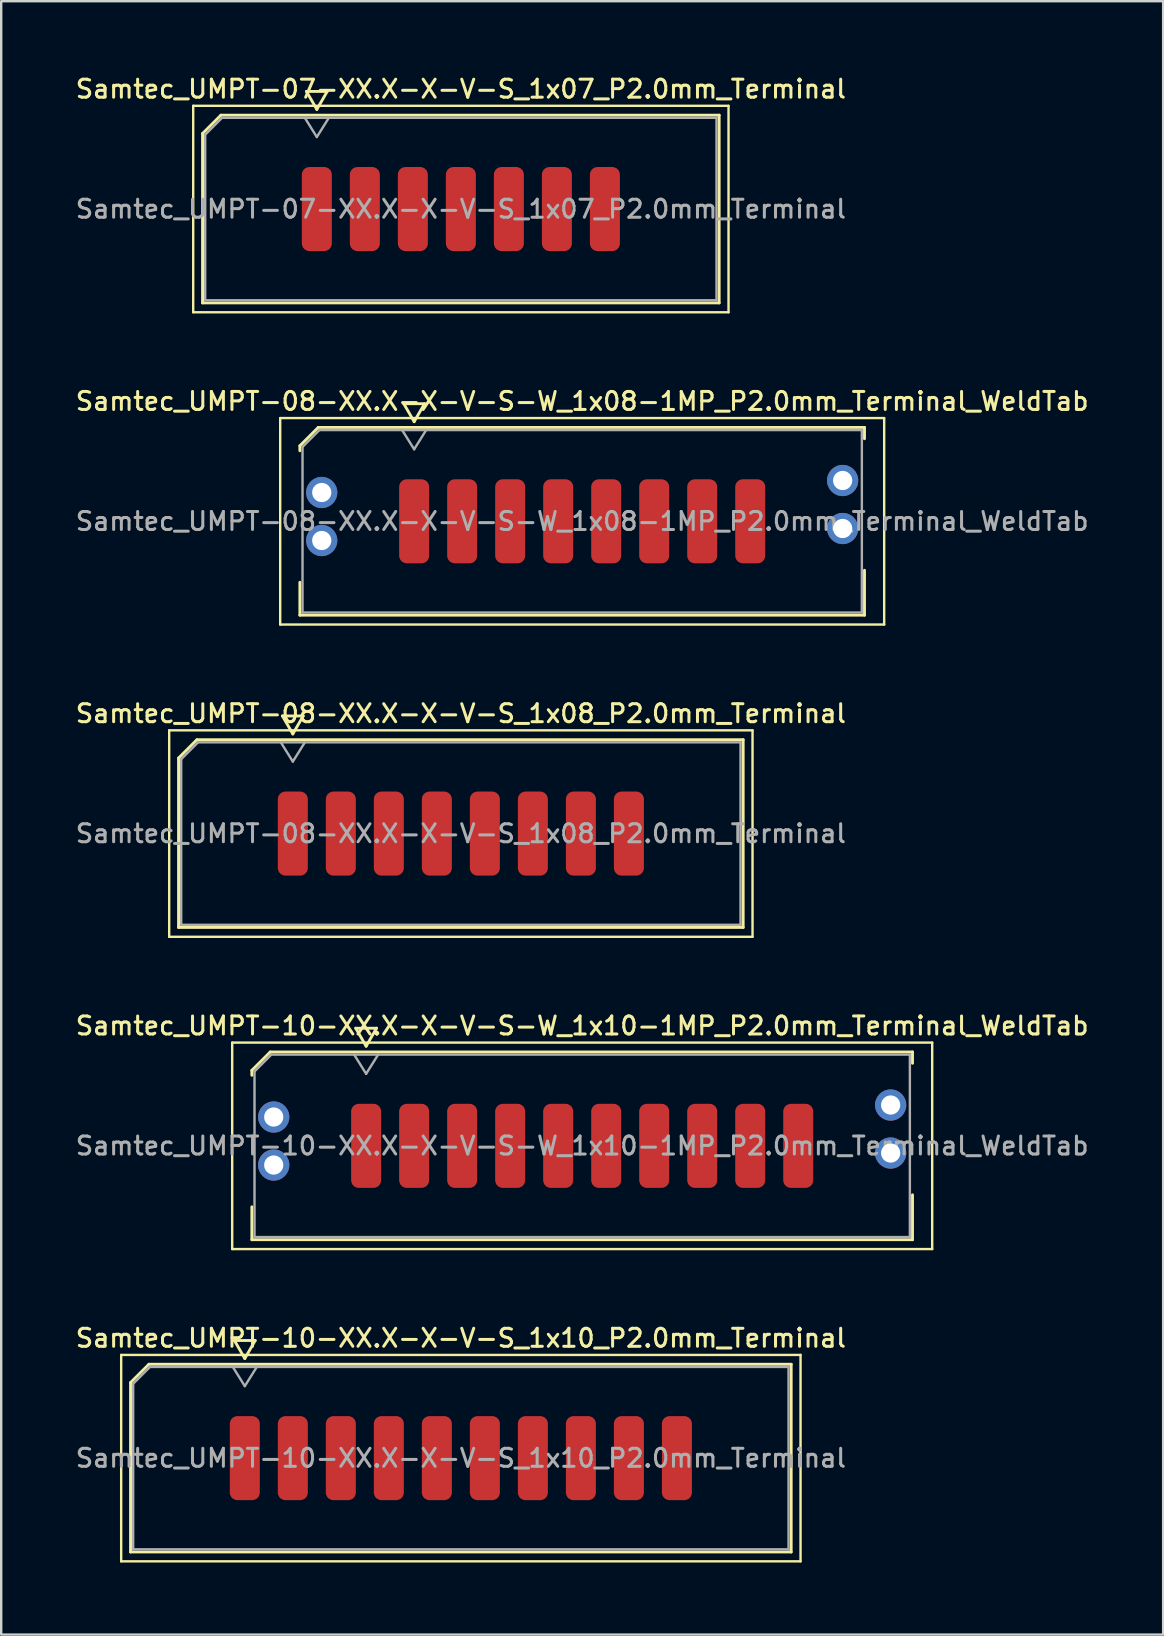
<source format=kicad_pcb>
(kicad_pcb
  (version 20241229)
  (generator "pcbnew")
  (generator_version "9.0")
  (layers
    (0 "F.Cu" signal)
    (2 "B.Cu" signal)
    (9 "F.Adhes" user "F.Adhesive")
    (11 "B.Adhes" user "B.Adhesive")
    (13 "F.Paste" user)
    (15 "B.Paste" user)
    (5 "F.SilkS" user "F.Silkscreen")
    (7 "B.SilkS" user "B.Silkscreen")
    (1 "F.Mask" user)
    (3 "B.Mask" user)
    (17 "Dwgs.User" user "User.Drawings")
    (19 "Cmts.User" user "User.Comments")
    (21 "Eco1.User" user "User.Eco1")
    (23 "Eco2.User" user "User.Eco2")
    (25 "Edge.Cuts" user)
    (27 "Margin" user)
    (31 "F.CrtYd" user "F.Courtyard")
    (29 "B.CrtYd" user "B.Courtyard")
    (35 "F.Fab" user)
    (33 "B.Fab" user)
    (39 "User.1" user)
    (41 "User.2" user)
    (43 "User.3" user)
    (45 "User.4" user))
  (footprint "Samtec_UMPT-10-XX.X-X-V-S-W_1x10-1MP_P2.0mm_Terminal_WeldTab"
    (layer "F.Cu")
    (at 21.202 44.682)
    (property "Reference" "Samtec_UMPT-10-XX.X-X-V-S-W_1x10-1MP_P2.0mm_Terminal_WeldTab" (at 0 -5 0) (layer "F.SilkS") (effects (font (size 0.75 0.75) (thickness 0.125))))
    (attr smd)
    (fp_line (start -14.58 -4.3) (end -14.58 4.3) (stroke (width 0.1) (type solid)) (layer "F.SilkS"))
    (fp_line (start -14.58 4.3) (end 14.58 4.3) (stroke (width 0.1) (type solid)) (layer "F.SilkS"))
    (fp_line (start -13.76 -3.146) (end -12.996 -3.91) (stroke (width 0.12) (type solid)) (layer "F.SilkS"))
    (fp_line (start -13.76 -2.94) (end -13.76 -3.146) (stroke (width 0.12) (type solid)) (layer "F.SilkS"))
    (fp_line (start -13.76 3.91) (end -13.76 2.54) (stroke (width 0.12) (type solid)) (layer "F.SilkS"))
    (fp_line (start -12.996 -3.91) (end 13.76 -3.91) (stroke (width 0.12) (type solid)) (layer "F.SilkS"))
    (fp_line (start -9.433 -4.9) (end -9 -4.15) (stroke (width 0.12) (type solid)) (layer "F.SilkS"))
    (fp_line (start -9 -4.15) (end -8.567 -4.9) (stroke (width 0.12) (type solid)) (layer "F.SilkS"))
    (fp_line (start -8.567 -4.9) (end -9.433 -4.9) (stroke (width 0.12) (type solid)) (layer "F.SilkS"))
    (fp_line (start 13.76 -3.91) (end 13.76 -3.44) (stroke (width 0.12) (type solid)) (layer "F.SilkS"))
    (fp_line (start 13.76 2.04) (end 13.76 3.91) (stroke (width 0.12) (type solid)) (layer "F.SilkS"))
    (fp_line (start 13.76 3.91) (end -13.76 3.91) (stroke (width 0.12) (type solid)) (layer "F.SilkS"))
    (fp_line (start 14.58 -4.3) (end -14.58 -4.3) (stroke (width 0.1) (type solid)) (layer "F.SilkS"))
    (fp_line (start 14.58 4.3) (end 14.58 -4.3) (stroke (width 0.1) (type solid)) (layer "F.SilkS"))
    (fp_line (start -13.65 -3.1) (end -12.95 -3.8) (stroke (width 0.1) (type solid)) (layer "F.Fab"))
    (fp_line (start -13.65 3.8) (end -13.65 -3.1) (stroke (width 0.1) (type solid)) (layer "F.Fab"))
    (fp_line (start -12.95 -3.8) (end 13.65 -3.8) (stroke (width 0.1) (type solid)) (layer "F.Fab"))
    (fp_line (start -9.5 -3.8) (end -9 -3) (stroke (width 0.1) (type solid)) (layer "F.Fab"))
    (fp_line (start -9 -3) (end -8.5 -3.8) (stroke (width 0.1) (type solid)) (layer "F.Fab"))
    (fp_line (start 13.65 -3.8) (end 13.65 3.8) (stroke (width 0.1) (type solid)) (layer "F.Fab"))
    (fp_line (start 13.65 3.8) (end -13.65 3.8) (stroke (width 0.1) (type solid)) (layer "F.Fab"))
    (fp_text user "${REFERENCE}" (at 0 0 0) (layer "F.Fab") (effects (font (size 0.75 0.75) (thickness 0.125))))
    (pad "" smd rect (at -12.85 -1.54) (size 2.45 2.28) (layers "F.Paste"))
    (pad "" smd rect (at -12.85 1.14) (size 2.45 2.28) (layers "F.Paste"))
    (pad "" smd rect (at 12.85 -2.04) (size 2.45 2.28) (layers "F.Paste"))
    (pad "" smd rect (at 12.85 0.64) (size 2.45 2.28) (layers "F.Paste"))
    (pad "1" smd roundrect (at -9 0) (size 1.25 3.5) (layers "F.Cu" "F.Mask" "F.Paste") (roundrect_rratio 0.25))
    (pad "2" smd roundrect (at -7 0) (size 1.25 3.5) (layers "F.Cu" "F.Mask" "F.Paste") (roundrect_rratio 0.25))
    (pad "3" smd roundrect (at -5 0) (size 1.25 3.5) (layers "F.Cu" "F.Mask" "F.Paste") (roundrect_rratio 0.25))
    (pad "4" smd roundrect (at -3 0) (size 1.25 3.5) (layers "F.Cu" "F.Mask" "F.Paste") (roundrect_rratio 0.25))
    (pad "5" smd roundrect (at -1 0) (size 1.25 3.5) (layers "F.Cu" "F.Mask" "F.Paste") (roundrect_rratio 0.25))
    (pad "6" smd roundrect (at 1 0) (size 1.25 3.5) (layers "F.Cu" "F.Mask" "F.Paste") (roundrect_rratio 0.25))
    (pad "7" smd roundrect (at 3 0) (size 1.25 3.5) (layers "F.Cu" "F.Mask" "F.Paste") (roundrect_rratio 0.25))
    (pad "8" smd roundrect (at 5 0) (size 1.25 3.5) (layers "F.Cu" "F.Mask" "F.Paste") (roundrect_rratio 0.25))
    (pad "9" smd roundrect (at 7 0) (size 1.25 3.5) (layers "F.Cu" "F.Mask" "F.Paste") (roundrect_rratio 0.25))
    (pad "10" smd roundrect (at 9 0) (size 1.25 3.5) (layers "F.Cu" "F.Mask" "F.Paste") (roundrect_rratio 0.25))
    (pad "MP" thru_hole circle (at -12.85 -1.2) (size 1.3 1.3) (drill 0.8) (layers "*.Cu" "*.Mask"))
    (pad "MP" thru_hole circle (at -12.85 0.8) (size 1.3 1.3) (drill 0.8) (layers "*.Cu" "*.Mask"))
    (pad "MP" thru_hole circle (at 12.85 -1.7) (size 1.3 1.3) (drill 0.8) (layers "*.Cu" "*.Mask"))
    (pad "MP" thru_hole circle (at 12.85 0.3) (size 1.3 1.3) (drill 0.8) (layers "*.Cu" "*.Mask")))
  (footprint "Samtec_UMPT-07-XX.X-X-V-S_1x07_P2.0mm_Terminal"
    (layer "F.Cu")
    (at 16.148 5.658)
    (property "Reference" "Samtec_UMPT-07-XX.X-X-V-S_1x07_P2.0mm_Terminal" (at 0 -5 0) (layer "F.SilkS") (effects (font (size 0.75 0.75) (thickness 0.125))))
    (attr smd)
    (fp_line (start -11.15 -4.3) (end -11.15 4.3) (stroke (width 0.1) (type solid)) (layer "F.SilkS"))
    (fp_line (start -11.15 4.3) (end 11.15 4.3) (stroke (width 0.1) (type solid)) (layer "F.SilkS"))
    (fp_line (start -10.76 -3.146) (end -9.996 -3.91) (stroke (width 0.12) (type solid)) (layer "F.SilkS"))
    (fp_line (start -10.76 3.91) (end -10.76 -3.146) (stroke (width 0.12) (type solid)) (layer "F.SilkS"))
    (fp_line (start -9.996 -3.91) (end 10.76 -3.91) (stroke (width 0.12) (type solid)) (layer "F.SilkS"))
    (fp_line (start -6.433 -4.9) (end -6 -4.15) (stroke (width 0.12) (type solid)) (layer "F.SilkS"))
    (fp_line (start -6 -4.15) (end -5.567 -4.9) (stroke (width 0.12) (type solid)) (layer "F.SilkS"))
    (fp_line (start -5.567 -4.9) (end -6.433 -4.9) (stroke (width 0.12) (type solid)) (layer "F.SilkS"))
    (fp_line (start 10.76 -3.91) (end 10.76 3.91) (stroke (width 0.12) (type solid)) (layer "F.SilkS"))
    (fp_line (start 10.76 3.91) (end -10.76 3.91) (stroke (width 0.12) (type solid)) (layer "F.SilkS"))
    (fp_line (start 11.15 -4.3) (end -11.15 -4.3) (stroke (width 0.1) (type solid)) (layer "F.SilkS"))
    (fp_line (start 11.15 4.3) (end 11.15 -4.3) (stroke (width 0.1) (type solid)) (layer "F.SilkS"))
    (fp_line (start -10.65 -3.1) (end -9.95 -3.8) (stroke (width 0.1) (type solid)) (layer "F.Fab"))
    (fp_line (start -10.65 3.8) (end -10.65 -3.1) (stroke (width 0.1) (type solid)) (layer "F.Fab"))
    (fp_line (start -9.95 -3.8) (end 10.65 -3.8) (stroke (width 0.1) (type solid)) (layer "F.Fab"))
    (fp_line (start -6.5 -3.8) (end -6 -3) (stroke (width 0.1) (type solid)) (layer "F.Fab"))
    (fp_line (start -6 -3) (end -5.5 -3.8) (stroke (width 0.1) (type solid)) (layer "F.Fab"))
    (fp_line (start 10.65 -3.8) (end 10.65 3.8) (stroke (width 0.1) (type solid)) (layer "F.Fab"))
    (fp_line (start 10.65 3.8) (end -10.65 3.8) (stroke (width 0.1) (type solid)) (layer "F.Fab"))
    (fp_text user "${REFERENCE}" (at 0 0 0) (layer "F.Fab") (effects (font (size 0.75 0.75) (thickness 0.125))))
    (pad "1" smd roundrect (at -6 0) (size 1.25 3.5) (layers "F.Cu" "F.Mask" "F.Paste") (roundrect_rratio 0.25))
    (pad "2" smd roundrect (at -4 0) (size 1.25 3.5) (layers "F.Cu" "F.Mask" "F.Paste") (roundrect_rratio 0.25))
    (pad "3" smd roundrect (at -2 0) (size 1.25 3.5) (layers "F.Cu" "F.Mask" "F.Paste") (roundrect_rratio 0.25))
    (pad "4" smd roundrect (at 0 0) (size 1.25 3.5) (layers "F.Cu" "F.Mask" "F.Paste") (roundrect_rratio 0.25))
    (pad "5" smd roundrect (at 2 0) (size 1.25 3.5) (layers "F.Cu" "F.Mask" "F.Paste") (roundrect_rratio 0.25))
    (pad "6" smd roundrect (at 4 0) (size 1.25 3.5) (layers "F.Cu" "F.Mask" "F.Paste") (roundrect_rratio 0.25))
    (pad "7" smd roundrect (at 6 0) (size 1.25 3.5) (layers "F.Cu" "F.Mask" "F.Paste") (roundrect_rratio 0.25)))
  (footprint "Samtec_UMPT-10-XX.X-X-V-S_1x10_P2.0mm_Terminal"
    (layer "F.Cu")
    (at 16.148 57.691)
    (property "Reference" "Samtec_UMPT-10-XX.X-X-V-S_1x10_P2.0mm_Terminal" (at 0 -5 0) (layer "F.SilkS") (effects (font (size 0.75 0.75) (thickness 0.125))))
    (attr smd)
    (fp_line (start -14.15 -4.3) (end -14.15 4.3) (stroke (width 0.1) (type solid)) (layer "F.SilkS"))
    (fp_line (start -14.15 4.3) (end 14.15 4.3) (stroke (width 0.1) (type solid)) (layer "F.SilkS"))
    (fp_line (start -13.76 -3.146) (end -12.996 -3.91) (stroke (width 0.12) (type solid)) (layer "F.SilkS"))
    (fp_line (start -13.76 3.91) (end -13.76 -3.146) (stroke (width 0.12) (type solid)) (layer "F.SilkS"))
    (fp_line (start -12.996 -3.91) (end 13.76 -3.91) (stroke (width 0.12) (type solid)) (layer "F.SilkS"))
    (fp_line (start -9.433 -4.9) (end -9 -4.15) (stroke (width 0.12) (type solid)) (layer "F.SilkS"))
    (fp_line (start -9 -4.15) (end -8.567 -4.9) (stroke (width 0.12) (type solid)) (layer "F.SilkS"))
    (fp_line (start -8.567 -4.9) (end -9.433 -4.9) (stroke (width 0.12) (type solid)) (layer "F.SilkS"))
    (fp_line (start 13.76 -3.91) (end 13.76 3.91) (stroke (width 0.12) (type solid)) (layer "F.SilkS"))
    (fp_line (start 13.76 3.91) (end -13.76 3.91) (stroke (width 0.12) (type solid)) (layer "F.SilkS"))
    (fp_line (start 14.15 -4.3) (end -14.15 -4.3) (stroke (width 0.1) (type solid)) (layer "F.SilkS"))
    (fp_line (start 14.15 4.3) (end 14.15 -4.3) (stroke (width 0.1) (type solid)) (layer "F.SilkS"))
    (fp_line (start -13.65 -3.1) (end -12.95 -3.8) (stroke (width 0.1) (type solid)) (layer "F.Fab"))
    (fp_line (start -13.65 3.8) (end -13.65 -3.1) (stroke (width 0.1) (type solid)) (layer "F.Fab"))
    (fp_line (start -12.95 -3.8) (end 13.65 -3.8) (stroke (width 0.1) (type solid)) (layer "F.Fab"))
    (fp_line (start -9.5 -3.8) (end -9 -3) (stroke (width 0.1) (type solid)) (layer "F.Fab"))
    (fp_line (start -9 -3) (end -8.5 -3.8) (stroke (width 0.1) (type solid)) (layer "F.Fab"))
    (fp_line (start 13.65 -3.8) (end 13.65 3.8) (stroke (width 0.1) (type solid)) (layer "F.Fab"))
    (fp_line (start 13.65 3.8) (end -13.65 3.8) (stroke (width 0.1) (type solid)) (layer "F.Fab"))
    (fp_text user "${REFERENCE}" (at 0 0 0) (layer "F.Fab") (effects (font (size 0.75 0.75) (thickness 0.125))))
    (pad "1" smd roundrect (at -9 0) (size 1.25 3.5) (layers "F.Cu" "F.Mask" "F.Paste") (roundrect_rratio 0.25))
    (pad "2" smd roundrect (at -7 0) (size 1.25 3.5) (layers "F.Cu" "F.Mask" "F.Paste") (roundrect_rratio 0.25))
    (pad "3" smd roundrect (at -5 0) (size 1.25 3.5) (layers "F.Cu" "F.Mask" "F.Paste") (roundrect_rratio 0.25))
    (pad "4" smd roundrect (at -3 0) (size 1.25 3.5) (layers "F.Cu" "F.Mask" "F.Paste") (roundrect_rratio 0.25))
    (pad "5" smd roundrect (at -1 0) (size 1.25 3.5) (layers "F.Cu" "F.Mask" "F.Paste") (roundrect_rratio 0.25))
    (pad "6" smd roundrect (at 1 0) (size 1.25 3.5) (layers "F.Cu" "F.Mask" "F.Paste") (roundrect_rratio 0.25))
    (pad "7" smd roundrect (at 3 0) (size 1.25 3.5) (layers "F.Cu" "F.Mask" "F.Paste") (roundrect_rratio 0.25))
    (pad "8" smd roundrect (at 5 0) (size 1.25 3.5) (layers "F.Cu" "F.Mask" "F.Paste") (roundrect_rratio 0.25))
    (pad "9" smd roundrect (at 7 0) (size 1.25 3.5) (layers "F.Cu" "F.Mask" "F.Paste") (roundrect_rratio 0.25))
    (pad "10" smd roundrect (at 9 0) (size 1.25 3.5) (layers "F.Cu" "F.Mask" "F.Paste") (roundrect_rratio 0.25)))
  (footprint "Samtec_UMPT-08-XX.X-X-V-S-W_1x08-1MP_P2.0mm_Terminal_WeldTab"
    (layer "F.Cu")
    (at 21.202 18.666)
    (property "Reference" "Samtec_UMPT-08-XX.X-X-V-S-W_1x08-1MP_P2.0mm_Terminal_WeldTab" (at 0 -5 0) (layer "F.SilkS") (effects (font (size 0.75 0.75) (thickness 0.125))))
    (attr smd)
    (fp_line (start -12.58 -4.3) (end -12.58 4.3) (stroke (width 0.1) (type solid)) (layer "F.SilkS"))
    (fp_line (start -12.58 4.3) (end 12.58 4.3) (stroke (width 0.1) (type solid)) (layer "F.SilkS"))
    (fp_line (start -11.76 -3.146) (end -10.996 -3.91) (stroke (width 0.12) (type solid)) (layer "F.SilkS"))
    (fp_line (start -11.76 -2.94) (end -11.76 -3.146) (stroke (width 0.12) (type solid)) (layer "F.SilkS"))
    (fp_line (start -11.76 3.91) (end -11.76 2.54) (stroke (width 0.12) (type solid)) (layer "F.SilkS"))
    (fp_line (start -10.996 -3.91) (end 11.76 -3.91) (stroke (width 0.12) (type solid)) (layer "F.SilkS"))
    (fp_line (start -7.433 -4.9) (end -7 -4.15) (stroke (width 0.12) (type solid)) (layer "F.SilkS"))
    (fp_line (start -7 -4.15) (end -6.567 -4.9) (stroke (width 0.12) (type solid)) (layer "F.SilkS"))
    (fp_line (start -6.567 -4.9) (end -7.433 -4.9) (stroke (width 0.12) (type solid)) (layer "F.SilkS"))
    (fp_line (start 11.76 -3.91) (end 11.76 -3.44) (stroke (width 0.12) (type solid)) (layer "F.SilkS"))
    (fp_line (start 11.76 2.04) (end 11.76 3.91) (stroke (width 0.12) (type solid)) (layer "F.SilkS"))
    (fp_line (start 11.76 3.91) (end -11.76 3.91) (stroke (width 0.12) (type solid)) (layer "F.SilkS"))
    (fp_line (start 12.58 -4.3) (end -12.58 -4.3) (stroke (width 0.1) (type solid)) (layer "F.SilkS"))
    (fp_line (start 12.58 4.3) (end 12.58 -4.3) (stroke (width 0.1) (type solid)) (layer "F.SilkS"))
    (fp_line (start -11.65 -3.1) (end -10.95 -3.8) (stroke (width 0.1) (type solid)) (layer "F.Fab"))
    (fp_line (start -11.65 3.8) (end -11.65 -3.1) (stroke (width 0.1) (type solid)) (layer "F.Fab"))
    (fp_line (start -10.95 -3.8) (end 11.65 -3.8) (stroke (width 0.1) (type solid)) (layer "F.Fab"))
    (fp_line (start -7.5 -3.8) (end -7 -3) (stroke (width 0.1) (type solid)) (layer "F.Fab"))
    (fp_line (start -7 -3) (end -6.5 -3.8) (stroke (width 0.1) (type solid)) (layer "F.Fab"))
    (fp_line (start 11.65 -3.8) (end 11.65 3.8) (stroke (width 0.1) (type solid)) (layer "F.Fab"))
    (fp_line (start 11.65 3.8) (end -11.65 3.8) (stroke (width 0.1) (type solid)) (layer "F.Fab"))
    (fp_text user "${REFERENCE}" (at 0 0 0) (layer "F.Fab") (effects (font (size 0.75 0.75) (thickness 0.125))))
    (pad "" smd rect (at -10.85 -1.54) (size 2.45 2.28) (layers "F.Paste"))
    (pad "" smd rect (at -10.85 1.14) (size 2.45 2.28) (layers "F.Paste"))
    (pad "" smd rect (at 10.85 -2.04) (size 2.45 2.28) (layers "F.Paste"))
    (pad "" smd rect (at 10.85 0.64) (size 2.45 2.28) (layers "F.Paste"))
    (pad "1" smd roundrect (at -7 0) (size 1.25 3.5) (layers "F.Cu" "F.Mask" "F.Paste") (roundrect_rratio 0.25))
    (pad "2" smd roundrect (at -5 0) (size 1.25 3.5) (layers "F.Cu" "F.Mask" "F.Paste") (roundrect_rratio 0.25))
    (pad "3" smd roundrect (at -3 0) (size 1.25 3.5) (layers "F.Cu" "F.Mask" "F.Paste") (roundrect_rratio 0.25))
    (pad "4" smd roundrect (at -1 0) (size 1.25 3.5) (layers "F.Cu" "F.Mask" "F.Paste") (roundrect_rratio 0.25))
    (pad "5" smd roundrect (at 1 0) (size 1.25 3.5) (layers "F.Cu" "F.Mask" "F.Paste") (roundrect_rratio 0.25))
    (pad "6" smd roundrect (at 3 0) (size 1.25 3.5) (layers "F.Cu" "F.Mask" "F.Paste") (roundrect_rratio 0.25))
    (pad "7" smd roundrect (at 5 0) (size 1.25 3.5) (layers "F.Cu" "F.Mask" "F.Paste") (roundrect_rratio 0.25))
    (pad "8" smd roundrect (at 7 0) (size 1.25 3.5) (layers "F.Cu" "F.Mask" "F.Paste") (roundrect_rratio 0.25))
    (pad "MP" thru_hole circle (at -10.85 -1.2) (size 1.3 1.3) (drill 0.8) (layers "*.Cu" "*.Mask"))
    (pad "MP" thru_hole circle (at -10.85 0.8) (size 1.3 1.3) (drill 0.8) (layers "*.Cu" "*.Mask"))
    (pad "MP" thru_hole circle (at 10.85 -1.7) (size 1.3 1.3) (drill 0.8) (layers "*.Cu" "*.Mask"))
    (pad "MP" thru_hole circle (at 10.85 0.3) (size 1.3 1.3) (drill 0.8) (layers "*.Cu" "*.Mask")))
  (footprint "Samtec_UMPT-08-XX.X-X-V-S_1x08_P2.0mm_Terminal"
    (layer "F.Cu")
    (at 16.148 31.674)
    (property "Reference" "Samtec_UMPT-08-XX.X-X-V-S_1x08_P2.0mm_Terminal" (at 0 -5 0) (layer "F.SilkS") (effects (font (size 0.75 0.75) (thickness 0.125))))
    (attr smd)
    (fp_line (start -12.15 -4.3) (end -12.15 4.3) (stroke (width 0.1) (type solid)) (layer "F.SilkS"))
    (fp_line (start -12.15 4.3) (end 12.15 4.3) (stroke (width 0.1) (type solid)) (layer "F.SilkS"))
    (fp_line (start -11.76 -3.146) (end -10.996 -3.91) (stroke (width 0.12) (type solid)) (layer "F.SilkS"))
    (fp_line (start -11.76 3.91) (end -11.76 -3.146) (stroke (width 0.12) (type solid)) (layer "F.SilkS"))
    (fp_line (start -10.996 -3.91) (end 11.76 -3.91) (stroke (width 0.12) (type solid)) (layer "F.SilkS"))
    (fp_line (start -7.433 -4.9) (end -7 -4.15) (stroke (width 0.12) (type solid)) (layer "F.SilkS"))
    (fp_line (start -7 -4.15) (end -6.567 -4.9) (stroke (width 0.12) (type solid)) (layer "F.SilkS"))
    (fp_line (start -6.567 -4.9) (end -7.433 -4.9) (stroke (width 0.12) (type solid)) (layer "F.SilkS"))
    (fp_line (start 11.76 -3.91) (end 11.76 3.91) (stroke (width 0.12) (type solid)) (layer "F.SilkS"))
    (fp_line (start 11.76 3.91) (end -11.76 3.91) (stroke (width 0.12) (type solid)) (layer "F.SilkS"))
    (fp_line (start 12.15 -4.3) (end -12.15 -4.3) (stroke (width 0.1) (type solid)) (layer "F.SilkS"))
    (fp_line (start 12.15 4.3) (end 12.15 -4.3) (stroke (width 0.1) (type solid)) (layer "F.SilkS"))
    (fp_line (start -11.65 -3.1) (end -10.95 -3.8) (stroke (width 0.1) (type solid)) (layer "F.Fab"))
    (fp_line (start -11.65 3.8) (end -11.65 -3.1) (stroke (width 0.1) (type solid)) (layer "F.Fab"))
    (fp_line (start -10.95 -3.8) (end 11.65 -3.8) (stroke (width 0.1) (type solid)) (layer "F.Fab"))
    (fp_line (start -7.5 -3.8) (end -7 -3) (stroke (width 0.1) (type solid)) (layer "F.Fab"))
    (fp_line (start -7 -3) (end -6.5 -3.8) (stroke (width 0.1) (type solid)) (layer "F.Fab"))
    (fp_line (start 11.65 -3.8) (end 11.65 3.8) (stroke (width 0.1) (type solid)) (layer "F.Fab"))
    (fp_line (start 11.65 3.8) (end -11.65 3.8) (stroke (width 0.1) (type solid)) (layer "F.Fab"))
    (fp_text user "${REFERENCE}" (at 0 0 0) (layer "F.Fab") (effects (font (size 0.75 0.75) (thickness 0.125))))
    (pad "1" smd roundrect (at -7 0) (size 1.25 3.5) (layers "F.Cu" "F.Mask" "F.Paste") (roundrect_rratio 0.25))
    (pad "2" smd roundrect (at -5 0) (size 1.25 3.5) (layers "F.Cu" "F.Mask" "F.Paste") (roundrect_rratio 0.25))
    (pad "3" smd roundrect (at -3 0) (size 1.25 3.5) (layers "F.Cu" "F.Mask" "F.Paste") (roundrect_rratio 0.25))
    (pad "4" smd roundrect (at -1 0) (size 1.25 3.5) (layers "F.Cu" "F.Mask" "F.Paste") (roundrect_rratio 0.25))
    (pad "5" smd roundrect (at 1 0) (size 1.25 3.5) (layers "F.Cu" "F.Mask" "F.Paste") (roundrect_rratio 0.25))
    (pad "6" smd roundrect (at 3 0) (size 1.25 3.5) (layers "F.Cu" "F.Mask" "F.Paste") (roundrect_rratio 0.25))
    (pad "7" smd roundrect (at 5 0) (size 1.25 3.5) (layers "F.Cu" "F.Mask" "F.Paste") (roundrect_rratio 0.25))
    (pad "8" smd roundrect (at 7 0) (size 1.25 3.5) (layers "F.Cu" "F.Mask" "F.Paste") (roundrect_rratio 0.25)))
  (gr_rect
    (start -3 -3)
    (end 45.404 65.041)
    (stroke (width 0.1) (type default))
    (fill no)
    (layer "Edge.Cuts")))
</source>
